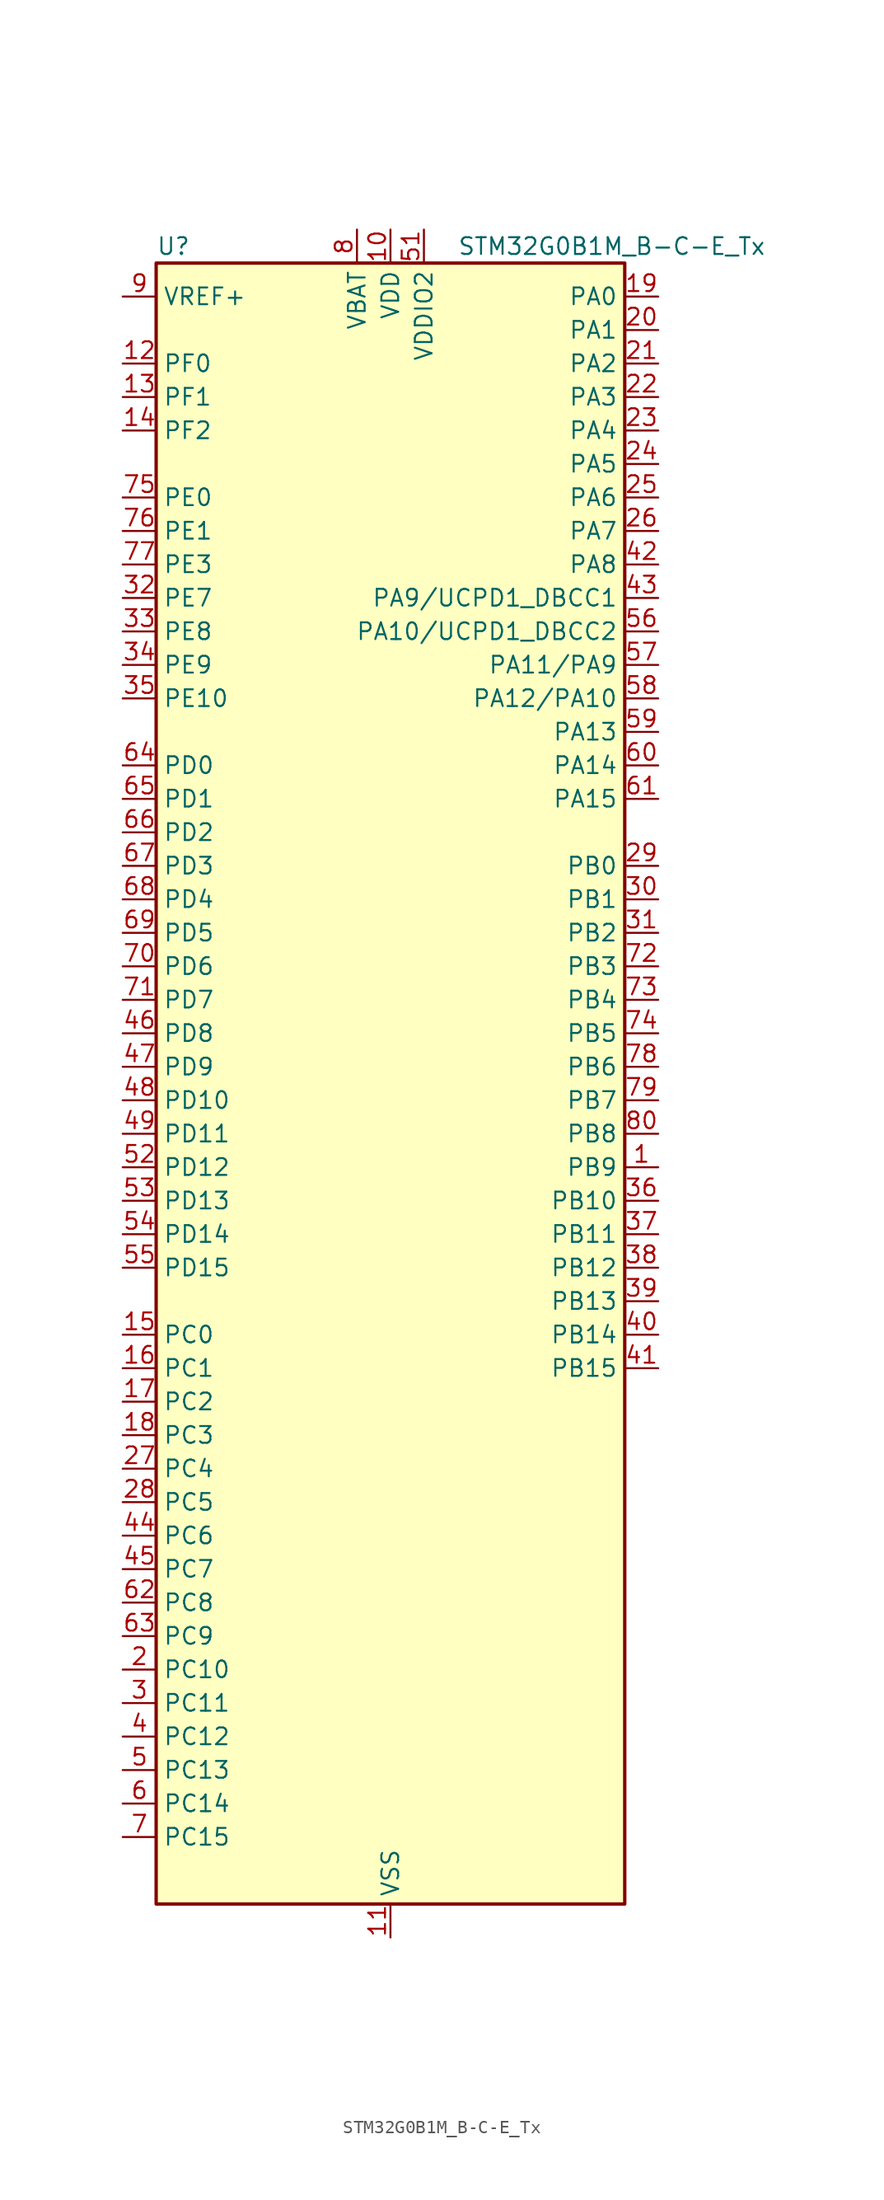
<source format=kicad_sym>
(kicad_symbol_lib
  (version 20220914)
  (generator kicad_symbol_editor)
  (symbol "STM32G0B1M_B-C-E_Tx"
    (property "Reference" "U"
      (at -17.78 64.77 0)
      (effects (font (size 1.27 1.27)) (justify left)))
    (property "Value" "STM32G0B1M_B-C-E_Tx"
      (at 5.08 64.77 0)
      (effects (font (size 1.27 1.27)) (justify left)))
    (property "ki_locked" ""
      (at 0 0 0)
      (effects (font (size 1.27 1.27))))
    (symbol "STM32G0B1M_B-C-E_Tx_0_1"
      (rectangle (start -17.78 -60.96) (end 17.78 63.5) (stroke (width 0.254) (type default)) (fill (type background))))
    (symbol "STM32G0B1M_B-C-E_Tx_1_1"
      (pin bidirectional line (at 20.32 -5.08 180) (length 2.54) (name "PB9" (effects (font (size 1.27 1.27)))) (number "1" (effects (font (size 1.27 1.27)))) (alternate "DAC1_EXTI9" bidirectional line) (alternate "FDCAN1_TX" bidirectional line) (alternate "I2C1_SDA" bidirectional line) (alternate "I2S2_WS" bidirectional line) (alternate "IR_OUT" bidirectional line) (alternate "SPI2_NSS" bidirectional line) (alternate "TIM17_CH1" bidirectional line) (alternate "TIM4_CH4" bidirectional line) (alternate "UCPD2_FRSTX1" bidirectional line) (alternate "UCPD2_FRSTX2" bidirectional line) (alternate "USART3_RX" bidirectional line) (alternate "USART6_RX" bidirectional line))
      (pin power_in line (at 0 66.04 270) (length 2.54) (name "VDD" (effects (font (size 1.27 1.27)))) (number "10" (effects (font (size 1.27 1.27)))))
      (pin power_in line (at 0 -63.5 90) (length 2.54) (name "VSS" (effects (font (size 1.27 1.27)))) (number "11" (effects (font (size 1.27 1.27)))))
      (pin bidirectional line (at -20.32 55.88 0) (length 2.54) (name "PF0" (effects (font (size 1.27 1.27)))) (number "12" (effects (font (size 1.27 1.27)))) (alternate "CRS1_SYNC" bidirectional line) (alternate "RCC_OSC_IN" bidirectional line) (alternate "TIM14_CH1" bidirectional line))
      (pin bidirectional line (at -20.32 53.34 0) (length 2.54) (name "PF1" (effects (font (size 1.27 1.27)))) (number "13" (effects (font (size 1.27 1.27)))) (alternate "RCC_OSC_EN" bidirectional line) (alternate "RCC_OSC_OUT" bidirectional line) (alternate "TIM15_CH1N" bidirectional line))
      (pin bidirectional line (at -20.32 50.8 0) (length 2.54) (name "PF2" (effects (font (size 1.27 1.27)))) (number "14" (effects (font (size 1.27 1.27)))) (alternate "LPUART2_DE" bidirectional line) (alternate "LPUART2_RTS" bidirectional line) (alternate "LPUART2_TX" bidirectional line) (alternate "RCC_MCO" bidirectional line))
      (pin bidirectional line (at -20.32 -17.78 0) (length 2.54) (name "PC0" (effects (font (size 1.27 1.27)))) (number "15" (effects (font (size 1.27 1.27)))) (alternate "COMP3_INM" bidirectional line) (alternate "COMP3_OUT" bidirectional line) (alternate "I2C3_SCL" bidirectional line) (alternate "LPTIM1_IN1" bidirectional line) (alternate "LPTIM2_IN1" bidirectional line) (alternate "LPUART1_RX" bidirectional line) (alternate "LPUART2_TX" bidirectional line) (alternate "USART6_TX" bidirectional line))
      (pin bidirectional line (at -20.32 -20.32 0) (length 2.54) (name "PC1" (effects (font (size 1.27 1.27)))) (number "16" (effects (font (size 1.27 1.27)))) (alternate "COMP3_INP" bidirectional line) (alternate "I2C3_SDA" bidirectional line) (alternate "LPTIM1_OUT" bidirectional line) (alternate "LPUART1_TX" bidirectional line) (alternate "LPUART2_RX" bidirectional line) (alternate "TIM15_CH1" bidirectional line) (alternate "USART6_RX" bidirectional line))
      (pin bidirectional line (at -20.32 -22.86 0) (length 2.54) (name "PC2" (effects (font (size 1.27 1.27)))) (number "17" (effects (font (size 1.27 1.27)))) (alternate "COMP3_OUT" bidirectional line) (alternate "FDCAN2_RX" bidirectional line) (alternate "I2S2_MCK" bidirectional line) (alternate "LPTIM1_IN2" bidirectional line) (alternate "SPI2_MISO" bidirectional line) (alternate "TIM15_CH2" bidirectional line))
      (pin bidirectional line (at -20.32 -25.4 0) (length 2.54) (name "PC3" (effects (font (size 1.27 1.27)))) (number "18" (effects (font (size 1.27 1.27)))) (alternate "FDCAN2_TX" bidirectional line) (alternate "I2S2_SD" bidirectional line) (alternate "LPTIM1_ETR" bidirectional line) (alternate "LPTIM2_ETR" bidirectional line) (alternate "SPI2_MOSI" bidirectional line))
      (pin bidirectional line (at 20.32 60.96 180) (length 2.54) (name "PA0" (effects (font (size 1.27 1.27)))) (number "19" (effects (font (size 1.27 1.27)))) (alternate "ADC1_IN0" bidirectional line) (alternate "COMP1_INM" bidirectional line) (alternate "COMP1_OUT" bidirectional line) (alternate "I2S2_CK" bidirectional line) (alternate "LPTIM1_OUT" bidirectional line) (alternate "RTC_TAMP_IN2" bidirectional line) (alternate "SPI2_SCK" bidirectional line) (alternate "SYS_WKUP1" bidirectional line) (alternate "TIM2_CH1" bidirectional line) (alternate "TIM2_ETR" bidirectional line) (alternate "UCPD2_FRSTX1" bidirectional line) (alternate "UCPD2_FRSTX2" bidirectional line) (alternate "USART2_CTS" bidirectional line) (alternate "USART2_NSS" bidirectional line) (alternate "USART4_TX" bidirectional line))
      (pin bidirectional line (at -20.32 -43.18 0) (length 2.54) (name "PC10" (effects (font (size 1.27 1.27)))) (number "2" (effects (font (size 1.27 1.27)))) (alternate "SPI3_SCK" bidirectional line) (alternate "TIM1_CH3" bidirectional line) (alternate "USART3_TX" bidirectional line) (alternate "USART4_TX" bidirectional line))
      (pin bidirectional line (at 20.32 58.42 180) (length 2.54) (name "PA1" (effects (font (size 1.27 1.27)))) (number "20" (effects (font (size 1.27 1.27)))) (alternate "ADC1_IN1" bidirectional line) (alternate "COMP1_INP" bidirectional line) (alternate "I2C1_SMBA" bidirectional line) (alternate "I2S1_CK" bidirectional line) (alternate "SPI1_SCK" bidirectional line) (alternate "TIM15_CH1N" bidirectional line) (alternate "TIM2_CH2" bidirectional line) (alternate "USART2_CK" bidirectional line) (alternate "USART2_DE" bidirectional line) (alternate "USART2_RTS" bidirectional line) (alternate "USART4_RX" bidirectional line))
      (pin bidirectional line (at 20.32 55.88 180) (length 2.54) (name "PA2" (effects (font (size 1.27 1.27)))) (number "21" (effects (font (size 1.27 1.27)))) (alternate "ADC1_IN2" bidirectional line) (alternate "COMP2_INM" bidirectional line) (alternate "COMP2_OUT" bidirectional line) (alternate "I2S1_SD" bidirectional line) (alternate "LPUART1_TX" bidirectional line) (alternate "RCC_LSCO" bidirectional line) (alternate "SPI1_MOSI" bidirectional line) (alternate "SYS_WKUP4" bidirectional line) (alternate "TIM15_CH1" bidirectional line) (alternate "TIM2_CH3" bidirectional line) (alternate "UCPD1_FRSTX1" bidirectional line) (alternate "UCPD1_FRSTX2" bidirectional line) (alternate "USART2_TX" bidirectional line))
      (pin bidirectional line (at 20.32 53.34 180) (length 2.54) (name "PA3" (effects (font (size 1.27 1.27)))) (number "22" (effects (font (size 1.27 1.27)))) (alternate "ADC1_IN3" bidirectional line) (alternate "COMP2_INP" bidirectional line) (alternate "I2S2_MCK" bidirectional line) (alternate "LPUART1_RX" bidirectional line) (alternate "SPI2_MISO" bidirectional line) (alternate "TIM15_CH2" bidirectional line) (alternate "TIM2_CH4" bidirectional line) (alternate "UCPD2_FRSTX1" bidirectional line) (alternate "UCPD2_FRSTX2" bidirectional line) (alternate "USART2_RX" bidirectional line))
      (pin bidirectional line (at 20.32 50.8 180) (length 2.54) (name "PA4" (effects (font (size 1.27 1.27)))) (number "23" (effects (font (size 1.27 1.27)))) (alternate "ADC1_IN4" bidirectional line) (alternate "DAC1_OUT1" bidirectional line) (alternate "I2S1_WS" bidirectional line) (alternate "I2S2_SD" bidirectional line) (alternate "LPTIM2_OUT" bidirectional line) (alternate "RTC_OUT2" bidirectional line) (alternate "SPI1_NSS" bidirectional line) (alternate "SPI2_MOSI" bidirectional line) (alternate "SPI3_NSS" bidirectional line) (alternate "TIM14_CH1" bidirectional line) (alternate "UCPD2_FRSTX1" bidirectional line) (alternate "UCPD2_FRSTX2" bidirectional line) (alternate "USART6_TX" bidirectional line) (alternate "USB_NOE" bidirectional line))
      (pin bidirectional line (at 20.32 48.26 180) (length 2.54) (name "PA5" (effects (font (size 1.27 1.27)))) (number "24" (effects (font (size 1.27 1.27)))) (alternate "ADC1_IN5" bidirectional line) (alternate "CEC" bidirectional line) (alternate "DAC1_OUT2" bidirectional line) (alternate "I2S1_CK" bidirectional line) (alternate "LPTIM2_ETR" bidirectional line) (alternate "SPI1_SCK" bidirectional line) (alternate "TIM2_CH1" bidirectional line) (alternate "TIM2_ETR" bidirectional line) (alternate "UCPD1_FRSTX1" bidirectional line) (alternate "UCPD1_FRSTX2" bidirectional line) (alternate "USART3_TX" bidirectional line) (alternate "USART6_RX" bidirectional line))
      (pin bidirectional line (at 20.32 45.72 180) (length 2.54) (name "PA6" (effects (font (size 1.27 1.27)))) (number "25" (effects (font (size 1.27 1.27)))) (alternate "ADC1_IN6" bidirectional line) (alternate "COMP1_OUT" bidirectional line) (alternate "I2C2_SDA" bidirectional line) (alternate "I2C3_SDA" bidirectional line) (alternate "I2S1_MCK" bidirectional line) (alternate "LPUART1_CTS" bidirectional line) (alternate "SPI1_MISO" bidirectional line) (alternate "TIM16_CH1" bidirectional line) (alternate "TIM1_BK" bidirectional line) (alternate "TIM3_CH1" bidirectional line) (alternate "USART3_CTS" bidirectional line) (alternate "USART3_NSS" bidirectional line) (alternate "USART6_CTS" bidirectional line) (alternate "USART6_NSS" bidirectional line))
      (pin bidirectional line (at 20.32 43.18 180) (length 2.54) (name "PA7" (effects (font (size 1.27 1.27)))) (number "26" (effects (font (size 1.27 1.27)))) (alternate "ADC1_IN7" bidirectional line) (alternate "COMP2_OUT" bidirectional line) (alternate "I2C2_SCL" bidirectional line) (alternate "I2C3_SCL" bidirectional line) (alternate "I2S1_SD" bidirectional line) (alternate "SPI1_MOSI" bidirectional line) (alternate "TIM14_CH1" bidirectional line) (alternate "TIM17_CH1" bidirectional line) (alternate "TIM1_CH1N" bidirectional line) (alternate "TIM3_CH2" bidirectional line) (alternate "UCPD1_FRSTX1" bidirectional line) (alternate "UCPD1_FRSTX2" bidirectional line) (alternate "USART6_CK" bidirectional line) (alternate "USART6_DE" bidirectional line) (alternate "USART6_RTS" bidirectional line))
      (pin bidirectional line (at -20.32 -27.94 0) (length 2.54) (name "PC4" (effects (font (size 1.27 1.27)))) (number "27" (effects (font (size 1.27 1.27)))) (alternate "ADC1_IN17" bidirectional line) (alternate "COMP1_INM" bidirectional line) (alternate "FDCAN1_RX" bidirectional line) (alternate "TIM2_CH1" bidirectional line) (alternate "TIM2_ETR" bidirectional line) (alternate "USART1_TX" bidirectional line) (alternate "USART3_TX" bidirectional line))
      (pin bidirectional line (at -20.32 -30.48 0) (length 2.54) (name "PC5" (effects (font (size 1.27 1.27)))) (number "28" (effects (font (size 1.27 1.27)))) (alternate "ADC1_IN18" bidirectional line) (alternate "COMP1_INP" bidirectional line) (alternate "FDCAN1_TX" bidirectional line) (alternate "SYS_WKUP5" bidirectional line) (alternate "TIM2_CH2" bidirectional line) (alternate "USART1_RX" bidirectional line) (alternate "USART3_RX" bidirectional line))
      (pin bidirectional line (at 20.32 17.78 180) (length 2.54) (name "PB0" (effects (font (size 1.27 1.27)))) (number "29" (effects (font (size 1.27 1.27)))) (alternate "ADC1_IN8" bidirectional line) (alternate "COMP1_OUT" bidirectional line) (alternate "COMP3_INP" bidirectional line) (alternate "FDCAN2_RX" bidirectional line) (alternate "I2S1_WS" bidirectional line) (alternate "LPTIM1_OUT" bidirectional line) (alternate "LPUART2_CTS" bidirectional line) (alternate "SPI1_NSS" bidirectional line) (alternate "TIM1_CH2N" bidirectional line) (alternate "TIM3_CH3" bidirectional line) (alternate "UCPD1_FRSTX1" bidirectional line) (alternate "UCPD1_FRSTX2" bidirectional line) (alternate "USART3_RX" bidirectional line) (alternate "USART5_TX" bidirectional line))
      (pin bidirectional line (at -20.32 -45.72 0) (length 2.54) (name "PC11" (effects (font (size 1.27 1.27)))) (number "3" (effects (font (size 1.27 1.27)))) (alternate "ADC1_EXTI11" bidirectional line) (alternate "SPI3_MISO" bidirectional line) (alternate "TIM1_CH4" bidirectional line) (alternate "USART3_RX" bidirectional line) (alternate "USART4_RX" bidirectional line))
      (pin bidirectional line (at 20.32 15.24 180) (length 2.54) (name "PB1" (effects (font (size 1.27 1.27)))) (number "30" (effects (font (size 1.27 1.27)))) (alternate "ADC1_IN9" bidirectional line) (alternate "COMP1_INM" bidirectional line) (alternate "COMP3_OUT" bidirectional line) (alternate "FDCAN2_TX" bidirectional line) (alternate "LPTIM2_IN1" bidirectional line) (alternate "LPUART1_DE" bidirectional line) (alternate "LPUART1_RTS" bidirectional line) (alternate "LPUART2_DE" bidirectional line) (alternate "LPUART2_RTS" bidirectional line) (alternate "TIM14_CH1" bidirectional line) (alternate "TIM1_CH3N" bidirectional line) (alternate "TIM3_CH4" bidirectional line) (alternate "USART3_CK" bidirectional line) (alternate "USART3_DE" bidirectional line) (alternate "USART3_RTS" bidirectional line) (alternate "USART5_RX" bidirectional line))
      (pin bidirectional line (at 20.32 12.7 180) (length 2.54) (name "PB2" (effects (font (size 1.27 1.27)))) (number "31" (effects (font (size 1.27 1.27)))) (alternate "ADC1_IN10" bidirectional line) (alternate "COMP1_INP" bidirectional line) (alternate "COMP3_INM" bidirectional line) (alternate "I2S2_MCK" bidirectional line) (alternate "LPTIM1_OUT" bidirectional line) (alternate "RCC_MCO_2" bidirectional line) (alternate "SPI2_MISO" bidirectional line) (alternate "USART3_TX" bidirectional line))
      (pin bidirectional line (at -20.32 38.1 0) (length 2.54) (name "PE7" (effects (font (size 1.27 1.27)))) (number "32" (effects (font (size 1.27 1.27)))) (alternate "COMP3_INP" bidirectional line) (alternate "TIM1_ETR" bidirectional line) (alternate "USART5_CK" bidirectional line) (alternate "USART5_DE" bidirectional line) (alternate "USART5_RTS" bidirectional line))
      (pin bidirectional line (at -20.32 35.56 0) (length 2.54) (name "PE8" (effects (font (size 1.27 1.27)))) (number "33" (effects (font (size 1.27 1.27)))) (alternate "COMP3_INM" bidirectional line) (alternate "TIM1_CH1N" bidirectional line) (alternate "USART4_TX" bidirectional line))
      (pin bidirectional line (at -20.32 33.02 0) (length 2.54) (name "PE9" (effects (font (size 1.27 1.27)))) (number "34" (effects (font (size 1.27 1.27)))) (alternate "DAC1_EXTI9" bidirectional line) (alternate "TIM1_CH1" bidirectional line) (alternate "USART4_RX" bidirectional line))
      (pin bidirectional line (at -20.32 30.48 0) (length 2.54) (name "PE10" (effects (font (size 1.27 1.27)))) (number "35" (effects (font (size 1.27 1.27)))) (alternate "TIM1_CH2N" bidirectional line) (alternate "USART5_TX" bidirectional line))
      (pin bidirectional line (at 20.32 -7.62 180) (length 2.54) (name "PB10" (effects (font (size 1.27 1.27)))) (number "36" (effects (font (size 1.27 1.27)))) (alternate "ADC1_IN11" bidirectional line) (alternate "CEC" bidirectional line) (alternate "COMP1_OUT" bidirectional line) (alternate "I2C2_SCL" bidirectional line) (alternate "I2S2_CK" bidirectional line) (alternate "LPUART1_RX" bidirectional line) (alternate "SPI2_SCK" bidirectional line) (alternate "TIM2_CH3" bidirectional line) (alternate "USART3_TX" bidirectional line))
      (pin bidirectional line (at 20.32 -10.16 180) (length 2.54) (name "PB11" (effects (font (size 1.27 1.27)))) (number "37" (effects (font (size 1.27 1.27)))) (alternate "ADC1_EXTI11" bidirectional line) (alternate "ADC1_IN15" bidirectional line) (alternate "COMP2_OUT" bidirectional line) (alternate "I2C2_SDA" bidirectional line) (alternate "I2S2_SD" bidirectional line) (alternate "LPUART1_TX" bidirectional line) (alternate "SPI2_MOSI" bidirectional line) (alternate "TIM2_CH4" bidirectional line) (alternate "USART3_RX" bidirectional line))
      (pin bidirectional line (at 20.32 -12.7 180) (length 2.54) (name "PB12" (effects (font (size 1.27 1.27)))) (number "38" (effects (font (size 1.27 1.27)))) (alternate "ADC1_IN16" bidirectional line) (alternate "FDCAN2_RX" bidirectional line) (alternate "I2C2_SMBA" bidirectional line) (alternate "I2S2_WS" bidirectional line) (alternate "LPUART1_DE" bidirectional line) (alternate "LPUART1_RTS" bidirectional line) (alternate "SPI2_NSS" bidirectional line) (alternate "TIM15_BK" bidirectional line) (alternate "TIM1_BK" bidirectional line) (alternate "UCPD2_FRSTX1" bidirectional line) (alternate "UCPD2_FRSTX2" bidirectional line))
      (pin bidirectional line (at 20.32 -15.24 180) (length 2.54) (name "PB13" (effects (font (size 1.27 1.27)))) (number "39" (effects (font (size 1.27 1.27)))) (alternate "FDCAN2_TX" bidirectional line) (alternate "I2C2_SCL" bidirectional line) (alternate "I2S2_CK" bidirectional line) (alternate "LPUART1_CTS" bidirectional line) (alternate "SPI2_SCK" bidirectional line) (alternate "TIM15_CH1N" bidirectional line) (alternate "TIM1_CH1N" bidirectional line) (alternate "USART3_CTS" bidirectional line) (alternate "USART3_NSS" bidirectional line))
      (pin bidirectional line (at -20.32 -48.26 0) (length 2.54) (name "PC12" (effects (font (size 1.27 1.27)))) (number "4" (effects (font (size 1.27 1.27)))) (alternate "LPTIM1_IN1" bidirectional line) (alternate "SPI3_MOSI" bidirectional line) (alternate "TIM14_CH1" bidirectional line) (alternate "UCPD1_FRSTX1" bidirectional line) (alternate "UCPD1_FRSTX2" bidirectional line) (alternate "USART5_TX" bidirectional line))
      (pin bidirectional line (at 20.32 -17.78 180) (length 2.54) (name "PB14" (effects (font (size 1.27 1.27)))) (number "40" (effects (font (size 1.27 1.27)))) (alternate "I2C2_SDA" bidirectional line) (alternate "I2S2_MCK" bidirectional line) (alternate "SPI2_MISO" bidirectional line) (alternate "TIM15_CH1" bidirectional line) (alternate "TIM1_CH2N" bidirectional line) (alternate "UCPD1_FRSTX1" bidirectional line) (alternate "UCPD1_FRSTX2" bidirectional line) (alternate "USART3_CK" bidirectional line) (alternate "USART3_DE" bidirectional line) (alternate "USART3_RTS" bidirectional line) (alternate "USART6_CK" bidirectional line) (alternate "USART6_DE" bidirectional line) (alternate "USART6_RTS" bidirectional line))
      (pin bidirectional line (at 20.32 -20.32 180) (length 2.54) (name "PB15" (effects (font (size 1.27 1.27)))) (number "41" (effects (font (size 1.27 1.27)))) (alternate "I2S2_SD" bidirectional line) (alternate "RTC_REFIN" bidirectional line) (alternate "SPI2_MOSI" bidirectional line) (alternate "TIM15_CH1N" bidirectional line) (alternate "TIM15_CH2" bidirectional line) (alternate "TIM1_CH3N" bidirectional line) (alternate "UCPD1_CC2" bidirectional line) (alternate "USART6_CTS" bidirectional line) (alternate "USART6_NSS" bidirectional line))
      (pin bidirectional line (at 20.32 40.64 180) (length 2.54) (name "PA8" (effects (font (size 1.27 1.27)))) (number "42" (effects (font (size 1.27 1.27)))) (alternate "CRS1_SYNC" bidirectional line) (alternate "I2C2_SMBA" bidirectional line) (alternate "I2S2_WS" bidirectional line) (alternate "LPTIM2_OUT" bidirectional line) (alternate "RCC_MCO" bidirectional line) (alternate "SPI2_NSS" bidirectional line) (alternate "TIM1_CH1" bidirectional line) (alternate "UCPD1_CC1" bidirectional line))
      (pin bidirectional line (at 20.32 38.1 180) (length 2.54) (name "PA9/UCPD1_DBCC1" (effects (font (size 1.27 1.27)))) (number "43" (effects (font (size 1.27 1.27)))) (alternate "DAC1_EXTI9" bidirectional line) (alternate "I2C1_SCL" bidirectional line) (alternate "I2C2_SCL" bidirectional line) (alternate "I2S2_MCK" bidirectional line) (alternate "RCC_MCO" bidirectional line) (alternate "SPI2_MISO" bidirectional line) (alternate "TIM15_BK" bidirectional line) (alternate "TIM1_CH2" bidirectional line) (alternate "UCPD1_DBCC1" bidirectional line) (alternate "USART1_TX" bidirectional line))
      (pin bidirectional line (at -20.32 -33.02 0) (length 2.54) (name "PC6" (effects (font (size 1.27 1.27)))) (number "44" (effects (font (size 1.27 1.27)))) (alternate "LPUART2_TX" bidirectional line) (alternate "TIM2_CH3" bidirectional line) (alternate "TIM3_CH1" bidirectional line) (alternate "UCPD1_FRSTX1" bidirectional line) (alternate "UCPD1_FRSTX2" bidirectional line))
      (pin bidirectional line (at -20.32 -35.56 0) (length 2.54) (name "PC7" (effects (font (size 1.27 1.27)))) (number "45" (effects (font (size 1.27 1.27)))) (alternate "LPUART2_RX" bidirectional line) (alternate "TIM2_CH4" bidirectional line) (alternate "TIM3_CH2" bidirectional line) (alternate "UCPD2_FRSTX1" bidirectional line) (alternate "UCPD2_FRSTX2" bidirectional line))
      (pin bidirectional line (at -20.32 5.08 0) (length 2.54) (name "PD8" (effects (font (size 1.27 1.27)))) (number "46" (effects (font (size 1.27 1.27)))) (alternate "I2S1_CK" bidirectional line) (alternate "LPTIM1_OUT" bidirectional line) (alternate "SPI1_SCK" bidirectional line) (alternate "USART3_TX" bidirectional line))
      (pin bidirectional line (at -20.32 2.54 0) (length 2.54) (name "PD9" (effects (font (size 1.27 1.27)))) (number "47" (effects (font (size 1.27 1.27)))) (alternate "DAC1_EXTI9" bidirectional line) (alternate "I2S1_WS" bidirectional line) (alternate "SPI1_NSS" bidirectional line) (alternate "TIM1_BK2" bidirectional line) (alternate "USART3_RX" bidirectional line))
      (pin bidirectional line (at -20.32 0 0) (length 2.54) (name "PD10" (effects (font (size 1.27 1.27)))) (number "48" (effects (font (size 1.27 1.27)))) (alternate "RCC_MCO" bidirectional line))
      (pin bidirectional line (at -20.32 -2.54 0) (length 2.54) (name "PD11" (effects (font (size 1.27 1.27)))) (number "49" (effects (font (size 1.27 1.27)))) (alternate "ADC1_EXTI11" bidirectional line) (alternate "LPTIM2_ETR" bidirectional line) (alternate "USART3_CTS" bidirectional line) (alternate "USART3_NSS" bidirectional line))
      (pin bidirectional line (at -20.32 -50.8 0) (length 2.54) (name "PC13" (effects (font (size 1.27 1.27)))) (number "5" (effects (font (size 1.27 1.27)))) (alternate "RTC_OUT1" bidirectional line) (alternate "RTC_TAMP_IN1" bidirectional line) (alternate "RTC_TS" bidirectional line) (alternate "SYS_WKUP2" bidirectional line) (alternate "TIM1_BK" bidirectional line))
      (pin passive line (at 0 -63.5 90) (length 2.54) hide (name "VSS" (effects (font (size 1.27 1.27)))) (number "50" (effects (font (size 1.27 1.27)))))
      (pin power_in line (at 2.54 66.04 270) (length 2.54) (name "VDDIO2" (effects (font (size 1.27 1.27)))) (number "51" (effects (font (size 1.27 1.27)))))
      (pin bidirectional line (at -20.32 -5.08 0) (length 2.54) (name "PD12" (effects (font (size 1.27 1.27)))) (number "52" (effects (font (size 1.27 1.27)))) (alternate "FDCAN1_RX" bidirectional line) (alternate "LPTIM2_IN1" bidirectional line) (alternate "TIM4_CH1" bidirectional line) (alternate "USART3_CK" bidirectional line) (alternate "USART3_DE" bidirectional line) (alternate "USART3_RTS" bidirectional line))
      (pin bidirectional line (at -20.32 -7.62 0) (length 2.54) (name "PD13" (effects (font (size 1.27 1.27)))) (number "53" (effects (font (size 1.27 1.27)))) (alternate "FDCAN1_TX" bidirectional line) (alternate "LPTIM2_OUT" bidirectional line) (alternate "TIM4_CH2" bidirectional line))
      (pin bidirectional line (at -20.32 -10.16 0) (length 2.54) (name "PD14" (effects (font (size 1.27 1.27)))) (number "54" (effects (font (size 1.27 1.27)))) (alternate "FDCAN2_RX" bidirectional line) (alternate "LPUART2_CTS" bidirectional line) (alternate "TIM4_CH3" bidirectional line))
      (pin bidirectional line (at -20.32 -12.7 0) (length 2.54) (name "PD15" (effects (font (size 1.27 1.27)))) (number "55" (effects (font (size 1.27 1.27)))) (alternate "CRS1_SYNC" bidirectional line) (alternate "FDCAN2_TX" bidirectional line) (alternate "LPUART2_DE" bidirectional line) (alternate "LPUART2_RTS" bidirectional line) (alternate "TIM4_CH4" bidirectional line))
      (pin bidirectional line (at 20.32 35.56 180) (length 2.54) (name "PA10/UCPD1_DBCC2" (effects (font (size 1.27 1.27)))) (number "56" (effects (font (size 1.27 1.27)))) (alternate "I2C1_SDA" bidirectional line) (alternate "I2C2_SDA" bidirectional line) (alternate "I2S2_SD" bidirectional line) (alternate "RCC_MCO_2" bidirectional line) (alternate "SPI2_MOSI" bidirectional line) (alternate "TIM17_BK" bidirectional line) (alternate "TIM1_CH3" bidirectional line) (alternate "UCPD1_DBCC2" bidirectional line) (alternate "USART1_RX" bidirectional line))
      (pin bidirectional line (at 20.32 33.02 180) (length 2.54) (name "PA11/PA9" (effects (font (size 1.27 1.27)))) (number "57" (effects (font (size 1.27 1.27)))) (alternate "ADC1_EXTI11" bidirectional line) (alternate "COMP1_OUT" bidirectional line) (alternate "FDCAN1_RX" bidirectional line) (alternate "I2C2_SCL" bidirectional line) (alternate "I2S1_MCK" bidirectional line) (alternate "SPI1_MISO" bidirectional line) (alternate "TIM1_BK2" bidirectional line) (alternate "TIM1_CH4" bidirectional line) (alternate "USART1_CTS" bidirectional line) (alternate "USART1_NSS" bidirectional line) (alternate "USB_DM" bidirectional line))
      (pin bidirectional line (at 20.32 30.48 180) (length 2.54) (name "PA12/PA10" (effects (font (size 1.27 1.27)))) (number "58" (effects (font (size 1.27 1.27)))) (alternate "COMP2_OUT" bidirectional line) (alternate "FDCAN1_TX" bidirectional line) (alternate "I2C2_SDA" bidirectional line) (alternate "I2S1_SD" bidirectional line) (alternate "I2S_CKIN" bidirectional line) (alternate "SPI1_MOSI" bidirectional line) (alternate "TIM1_ETR" bidirectional line) (alternate "USART1_CK" bidirectional line) (alternate "USART1_DE" bidirectional line) (alternate "USART1_RTS" bidirectional line) (alternate "USB_DP" bidirectional line))
      (pin bidirectional line (at 20.32 27.94 180) (length 2.54) (name "PA13" (effects (font (size 1.27 1.27)))) (number "59" (effects (font (size 1.27 1.27)))) (alternate "IR_OUT" bidirectional line) (alternate "LPUART2_RX" bidirectional line) (alternate "SYS_SWDIO" bidirectional line) (alternate "USB_NOE" bidirectional line))
      (pin bidirectional line (at -20.32 -53.34 0) (length 2.54) (name "PC14" (effects (font (size 1.27 1.27)))) (number "6" (effects (font (size 1.27 1.27)))) (alternate "RCC_OSC32_IN" bidirectional line) (alternate "TIM1_BK2" bidirectional line))
      (pin bidirectional line (at 20.32 25.4 180) (length 2.54) (name "PA14" (effects (font (size 1.27 1.27)))) (number "60" (effects (font (size 1.27 1.27)))) (alternate "LPUART2_TX" bidirectional line) (alternate "SYS_SWCLK" bidirectional line) (alternate "USART2_TX" bidirectional line))
      (pin bidirectional line (at 20.32 22.86 180) (length 2.54) (name "PA15" (effects (font (size 1.27 1.27)))) (number "61" (effects (font (size 1.27 1.27)))) (alternate "I2C2_SMBA" bidirectional line) (alternate "I2S1_WS" bidirectional line) (alternate "RCC_MCO_2" bidirectional line) (alternate "SPI1_NSS" bidirectional line) (alternate "SPI3_NSS" bidirectional line) (alternate "TIM2_CH1" bidirectional line) (alternate "TIM2_ETR" bidirectional line) (alternate "USART2_RX" bidirectional line) (alternate "USART3_CK" bidirectional line) (alternate "USART3_DE" bidirectional line) (alternate "USART3_RTS" bidirectional line) (alternate "USART4_CK" bidirectional line) (alternate "USART4_DE" bidirectional line) (alternate "USART4_RTS" bidirectional line) (alternate "USB_NOE" bidirectional line))
      (pin bidirectional line (at -20.32 -38.1 0) (length 2.54) (name "PC8" (effects (font (size 1.27 1.27)))) (number "62" (effects (font (size 1.27 1.27)))) (alternate "LPUART2_CTS" bidirectional line) (alternate "TIM1_CH1" bidirectional line) (alternate "TIM3_CH3" bidirectional line) (alternate "UCPD2_FRSTX1" bidirectional line) (alternate "UCPD2_FRSTX2" bidirectional line))
      (pin bidirectional line (at -20.32 -40.64 0) (length 2.54) (name "PC9" (effects (font (size 1.27 1.27)))) (number "63" (effects (font (size 1.27 1.27)))) (alternate "DAC1_EXTI9" bidirectional line) (alternate "I2S_CKIN" bidirectional line) (alternate "LPUART2_DE" bidirectional line) (alternate "LPUART2_RTS" bidirectional line) (alternate "TIM1_CH2" bidirectional line) (alternate "TIM3_CH4" bidirectional line) (alternate "USB_NOE" bidirectional line))
      (pin bidirectional line (at -20.32 25.4 0) (length 2.54) (name "PD0" (effects (font (size 1.27 1.27)))) (number "64" (effects (font (size 1.27 1.27)))) (alternate "FDCAN1_RX" bidirectional line) (alternate "I2S2_WS" bidirectional line) (alternate "SPI2_NSS" bidirectional line) (alternate "TIM16_CH1" bidirectional line) (alternate "UCPD2_CC1" bidirectional line))
      (pin bidirectional line (at -20.32 22.86 0) (length 2.54) (name "PD1" (effects (font (size 1.27 1.27)))) (number "65" (effects (font (size 1.27 1.27)))) (alternate "FDCAN1_TX" bidirectional line) (alternate "I2S2_CK" bidirectional line) (alternate "SPI2_SCK" bidirectional line) (alternate "TIM17_CH1" bidirectional line) (alternate "UCPD2_DBCC1" bidirectional line))
      (pin bidirectional line (at -20.32 20.32 0) (length 2.54) (name "PD2" (effects (font (size 1.27 1.27)))) (number "66" (effects (font (size 1.27 1.27)))) (alternate "TIM1_CH1N" bidirectional line) (alternate "TIM3_ETR" bidirectional line) (alternate "UCPD2_CC2" bidirectional line) (alternate "USART3_CK" bidirectional line) (alternate "USART3_DE" bidirectional line) (alternate "USART3_RTS" bidirectional line) (alternate "USART5_RX" bidirectional line))
      (pin bidirectional line (at -20.32 17.78 0) (length 2.54) (name "PD3" (effects (font (size 1.27 1.27)))) (number "67" (effects (font (size 1.27 1.27)))) (alternate "I2S2_MCK" bidirectional line) (alternate "SPI2_MISO" bidirectional line) (alternate "TIM1_CH2N" bidirectional line) (alternate "UCPD2_DBCC2" bidirectional line) (alternate "USART2_CTS" bidirectional line) (alternate "USART2_NSS" bidirectional line) (alternate "USART5_TX" bidirectional line))
      (pin bidirectional line (at -20.32 15.24 0) (length 2.54) (name "PD4" (effects (font (size 1.27 1.27)))) (number "68" (effects (font (size 1.27 1.27)))) (alternate "I2S2_SD" bidirectional line) (alternate "SPI2_MOSI" bidirectional line) (alternate "TIM1_CH3N" bidirectional line) (alternate "USART2_CK" bidirectional line) (alternate "USART2_DE" bidirectional line) (alternate "USART2_RTS" bidirectional line) (alternate "USART5_CK" bidirectional line) (alternate "USART5_DE" bidirectional line) (alternate "USART5_RTS" bidirectional line))
      (pin bidirectional line (at -20.32 12.7 0) (length 2.54) (name "PD5" (effects (font (size 1.27 1.27)))) (number "69" (effects (font (size 1.27 1.27)))) (alternate "I2S1_MCK" bidirectional line) (alternate "SPI1_MISO" bidirectional line) (alternate "TIM1_BK" bidirectional line) (alternate "USART2_TX" bidirectional line) (alternate "USART5_CTS" bidirectional line) (alternate "USART5_NSS" bidirectional line))
      (pin bidirectional line (at -20.32 -55.88 0) (length 2.54) (name "PC15" (effects (font (size 1.27 1.27)))) (number "7" (effects (font (size 1.27 1.27)))) (alternate "RCC_OSC32_EN" bidirectional line) (alternate "RCC_OSC32_OUT" bidirectional line) (alternate "RCC_OSC_EN" bidirectional line) (alternate "TIM15_BK" bidirectional line))
      (pin bidirectional line (at -20.32 10.16 0) (length 2.54) (name "PD6" (effects (font (size 1.27 1.27)))) (number "70" (effects (font (size 1.27 1.27)))) (alternate "I2S1_SD" bidirectional line) (alternate "LPTIM2_OUT" bidirectional line) (alternate "SPI1_MOSI" bidirectional line) (alternate "USART2_RX" bidirectional line))
      (pin bidirectional line (at -20.32 7.62 0) (length 2.54) (name "PD7" (effects (font (size 1.27 1.27)))) (number "71" (effects (font (size 1.27 1.27)))) (alternate "RCC_MCO_2" bidirectional line))
      (pin bidirectional line (at 20.32 10.16 180) (length 2.54) (name "PB3" (effects (font (size 1.27 1.27)))) (number "72" (effects (font (size 1.27 1.27)))) (alternate "COMP2_INM" bidirectional line) (alternate "I2C2_SCL" bidirectional line) (alternate "I2C3_SCL" bidirectional line) (alternate "I2S1_CK" bidirectional line) (alternate "SPI1_SCK" bidirectional line) (alternate "SPI3_SCK" bidirectional line) (alternate "TIM1_CH2" bidirectional line) (alternate "TIM2_CH2" bidirectional line) (alternate "USART1_CK" bidirectional line) (alternate "USART1_DE" bidirectional line) (alternate "USART1_RTS" bidirectional line) (alternate "USART5_TX" bidirectional line))
      (pin bidirectional line (at 20.32 7.62 180) (length 2.54) (name "PB4" (effects (font (size 1.27 1.27)))) (number "73" (effects (font (size 1.27 1.27)))) (alternate "COMP2_INP" bidirectional line) (alternate "I2C2_SDA" bidirectional line) (alternate "I2C3_SDA" bidirectional line) (alternate "I2S1_MCK" bidirectional line) (alternate "SPI1_MISO" bidirectional line) (alternate "SPI3_MISO" bidirectional line) (alternate "TIM17_BK" bidirectional line) (alternate "TIM3_CH1" bidirectional line) (alternate "USART1_CTS" bidirectional line) (alternate "USART1_NSS" bidirectional line) (alternate "USART5_RX" bidirectional line))
      (pin bidirectional line (at 20.32 5.08 180) (length 2.54) (name "PB5" (effects (font (size 1.27 1.27)))) (number "74" (effects (font (size 1.27 1.27)))) (alternate "COMP2_OUT" bidirectional line) (alternate "FDCAN2_RX" bidirectional line) (alternate "I2C1_SMBA" bidirectional line) (alternate "I2S1_SD" bidirectional line) (alternate "LPTIM1_IN1" bidirectional line) (alternate "SPI1_MOSI" bidirectional line) (alternate "SPI3_MOSI" bidirectional line) (alternate "SYS_WKUP6" bidirectional line) (alternate "TIM16_BK" bidirectional line) (alternate "TIM3_CH2" bidirectional line) (alternate "USART5_CK" bidirectional line) (alternate "USART5_DE" bidirectional line) (alternate "USART5_RTS" bidirectional line))
      (pin bidirectional line (at -20.32 45.72 0) (length 2.54) (name "PE0" (effects (font (size 1.27 1.27)))) (number "75" (effects (font (size 1.27 1.27)))) (alternate "TIM16_CH1" bidirectional line) (alternate "TIM4_ETR" bidirectional line))
      (pin bidirectional line (at -20.32 43.18 0) (length 2.54) (name "PE1" (effects (font (size 1.27 1.27)))) (number "76" (effects (font (size 1.27 1.27)))) (alternate "TIM17_CH1" bidirectional line))
      (pin bidirectional line (at -20.32 40.64 0) (length 2.54) (name "PE3" (effects (font (size 1.27 1.27)))) (number "77" (effects (font (size 1.27 1.27)))) (alternate "TIM3_CH1" bidirectional line))
      (pin bidirectional line (at 20.32 2.54 180) (length 2.54) (name "PB6" (effects (font (size 1.27 1.27)))) (number "78" (effects (font (size 1.27 1.27)))) (alternate "COMP2_INP" bidirectional line) (alternate "FDCAN2_TX" bidirectional line) (alternate "I2C1_SCL" bidirectional line) (alternate "I2S2_MCK" bidirectional line) (alternate "LPTIM1_ETR" bidirectional line) (alternate "LPUART2_TX" bidirectional line) (alternate "SPI2_MISO" bidirectional line) (alternate "TIM16_CH1N" bidirectional line) (alternate "TIM1_CH3" bidirectional line) (alternate "TIM4_CH1" bidirectional line) (alternate "USART1_TX" bidirectional line) (alternate "USART5_CTS" bidirectional line) (alternate "USART5_NSS" bidirectional line))
      (pin bidirectional line (at 20.32 0 180) (length 2.54) (name "PB7" (effects (font (size 1.27 1.27)))) (number "79" (effects (font (size 1.27 1.27)))) (alternate "COMP2_INM" bidirectional line) (alternate "I2C1_SDA" bidirectional line) (alternate "I2S2_SD" bidirectional line) (alternate "LPTIM1_IN2" bidirectional line) (alternate "LPUART2_RX" bidirectional line) (alternate "SPI2_MOSI" bidirectional line) (alternate "SYS_PVD_IN" bidirectional line) (alternate "TIM17_CH1N" bidirectional line) (alternate "TIM4_CH2" bidirectional line) (alternate "USART1_RX" bidirectional line) (alternate "USART4_CTS" bidirectional line) (alternate "USART4_NSS" bidirectional line))
      (pin power_in line (at -2.54 66.04 270) (length 2.54) (name "VBAT" (effects (font (size 1.27 1.27)))) (number "8" (effects (font (size 1.27 1.27)))))
      (pin bidirectional line (at 20.32 -2.54 180) (length 2.54) (name "PB8" (effects (font (size 1.27 1.27)))) (number "80" (effects (font (size 1.27 1.27)))) (alternate "CEC" bidirectional line) (alternate "FDCAN1_RX" bidirectional line) (alternate "I2C1_SCL" bidirectional line) (alternate "I2S2_CK" bidirectional line) (alternate "SPI2_SCK" bidirectional line) (alternate "TIM15_BK" bidirectional line) (alternate "TIM16_CH1" bidirectional line) (alternate "TIM4_CH3" bidirectional line) (alternate "USART3_TX" bidirectional line) (alternate "USART6_TX" bidirectional line))
      (pin input line (at -20.32 60.96 0) (length 2.54) (name "VREF+" (effects (font (size 1.27 1.27)))) (number "9" (effects (font (size 1.27 1.27)))) (alternate "VREFBUF_OUT" bidirectional line)))))
</source>
